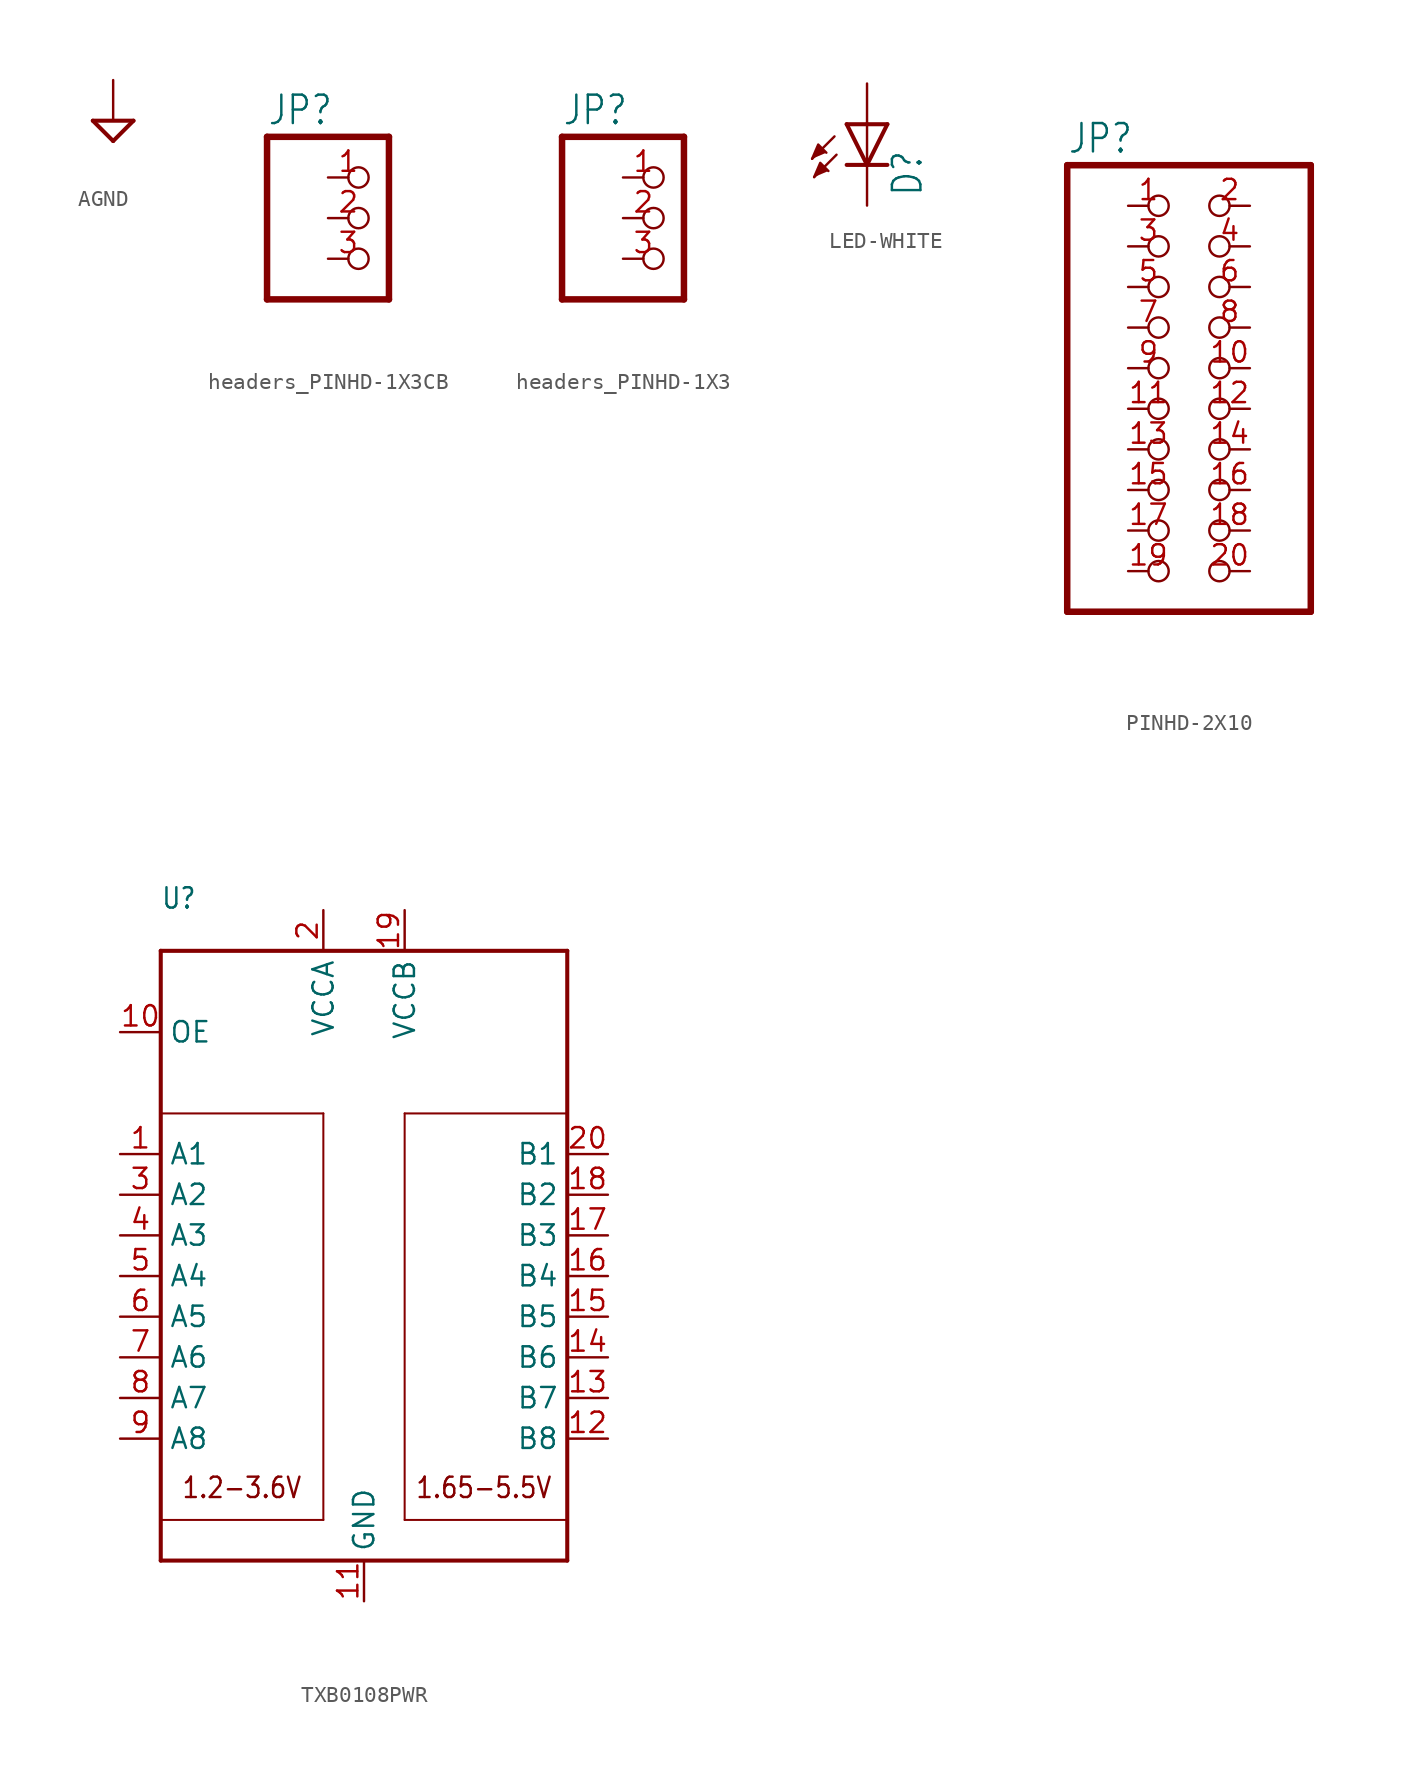
<source format=kicad_sym>
(kicad_symbol_lib
  (version 20231120)
  (generator "kicad_symbol_editor")
  (generator_version "8.0")
  (symbol "AGND"
    (power)
    (property "Reference" "#SUPPLY"
      (at 0 0 0)
      (effects (font (size 1.27 1.27)) (hide yes)))
    (property "Value" ""
      (at -2.667 -3.175 0)
      (effects (font (size 1.778 1.511)) (justify left bottom)))
    (property "ki_locked" ""
      (at 0 0 0)
      (effects (font (size 1.27 1.27))))
    (symbol "AGND_1_0"
      (polyline (pts (xy -1.27 0) (xy 1.27 0)) (stroke (width 0.254) (type solid)) (fill (type none)))
      (polyline (pts (xy 0 -1.27) (xy -1.27 0)) (stroke (width 0.254) (type solid)) (fill (type none)))
      (polyline (pts (xy 1.27 0) (xy 0 -1.27)) (stroke (width 0.254) (type solid)) (fill (type none)))
      (pin power_in line (at 0 2.54 270) (length 2.54) (name "AGND" (effects (font (size 0 0)))) (number "1" (effects (font (size 0 0)))))))
  (symbol "headers_PINHD-1X3CB"
    (property "Reference" "JP"
      (at -6.35 5.715 0)
      (effects (font (size 1.778 1.511)) (justify left bottom)))
    (property "Value" ""
      (at -6.35 -7.62 0)
      (effects (font (size 1.778 1.511)) (justify left bottom)))
    (property "ki_locked" ""
      (at 0 0 0)
      (effects (font (size 1.27 1.27))))
    (symbol "headers_PINHD-1X3CB_1_0"
      (polyline (pts (xy -6.35 -5.08) (xy 1.27 -5.08)) (stroke (width 0.406) (type solid)) (fill (type none)))
      (polyline (pts (xy -6.35 5.08) (xy -6.35 -5.08)) (stroke (width 0.406) (type solid)) (fill (type none)))
      (polyline (pts (xy 1.27 -5.08) (xy 1.27 5.08)) (stroke (width 0.406) (type solid)) (fill (type none)))
      (polyline (pts (xy 1.27 5.08) (xy -6.35 5.08)) (stroke (width 0.406) (type solid)) (fill (type none)))
      (pin passive inverted (at -2.54 2.54 0) (length 2.54) (name "1" (effects (font (size 0 0)))) (number "1" (effects (font (size 1.27 1.27)))))
      (pin passive inverted (at -2.54 0 0) (length 2.54) (name "2" (effects (font (size 0 0)))) (number "2" (effects (font (size 1.27 1.27)))))
      (pin passive inverted (at -2.54 -2.54 0) (length 2.54) (name "3" (effects (font (size 0 0)))) (number "3" (effects (font (size 1.27 1.27)))))))
  (symbol "headers_PINHD-1X3"
    (property "Reference" "JP"
      (at -6.35 5.715 0)
      (effects (font (size 1.778 1.511)) (justify left bottom)))
    (property "Value" ""
      (at -6.35 -7.62 0)
      (effects (font (size 1.778 1.511)) (justify left bottom)))
    (property "ki_locked" ""
      (at 0 0 0)
      (effects (font (size 1.27 1.27))))
    (symbol "headers_PINHD-1X3_1_0"
      (polyline (pts (xy -6.35 -5.08) (xy 1.27 -5.08)) (stroke (width 0.406) (type solid)) (fill (type none)))
      (polyline (pts (xy -6.35 5.08) (xy -6.35 -5.08)) (stroke (width 0.406) (type solid)) (fill (type none)))
      (polyline (pts (xy 1.27 -5.08) (xy 1.27 5.08)) (stroke (width 0.406) (type solid)) (fill (type none)))
      (polyline (pts (xy 1.27 5.08) (xy -6.35 5.08)) (stroke (width 0.406) (type solid)) (fill (type none)))
      (pin passive inverted (at -2.54 2.54 0) (length 2.54) (name "1" (effects (font (size 0 0)))) (number "1" (effects (font (size 1.27 1.27)))))
      (pin passive inverted (at -2.54 0 0) (length 2.54) (name "2" (effects (font (size 0 0)))) (number "2" (effects (font (size 1.27 1.27)))))
      (pin passive inverted (at -2.54 -2.54 0) (length 2.54) (name "3" (effects (font (size 0 0)))) (number "3" (effects (font (size 1.27 1.27)))))))
  (symbol "LED-WHITE"
    (property "Reference" "D"
      (at 3.556 -4.572 90)
      (effects (font (size 1.778 1.511)) (justify left bottom)))
    (property "Value" ""
      (at 5.715 -4.572 90)
      (effects (font (size 1.778 1.511)) (justify left bottom)))
    (property "ki_locked" ""
      (at 0 0 0)
      (effects (font (size 1.27 1.27))))
    (symbol "LED-WHITE_1_0"
      (polyline (pts (xy -2.032 -0.762) (xy -3.429 -2.159)) (stroke (width 0.152) (type solid)) (fill (type none)))
      (polyline (pts (xy -1.905 -1.905) (xy -3.302 -3.302)) (stroke (width 0.152) (type solid)) (fill (type none)))
      (polyline (pts (xy 0 -2.54) (xy -1.27 -2.54)) (stroke (width 0.254) (type solid)) (fill (type none)))
      (polyline (pts (xy 0 -2.54) (xy -1.27 0)) (stroke (width 0.254) (type solid)) (fill (type none)))
      (polyline (pts (xy 0 0) (xy -1.27 0)) (stroke (width 0.254) (type solid)) (fill (type none)))
      (polyline (pts (xy 0 0) (xy 0 -2.54)) (stroke (width 0.152) (type solid)) (fill (type none)))
      (polyline (pts (xy 1.27 -2.54) (xy 0 -2.54)) (stroke (width 0.254) (type solid)) (fill (type none)))
      (polyline (pts (xy 1.27 0) (xy 0 -2.54)) (stroke (width 0.254) (type solid)) (fill (type none)))
      (polyline (pts (xy 1.27 0) (xy 0 0)) (stroke (width 0.254) (type solid)) (fill (type none)))
      (polyline (pts (xy -3.429 -2.159) (xy -3.048 -1.27) (xy -2.54 -1.778)) (stroke (width 0.152) (type solid)) (fill (type outline)))
      (polyline (pts (xy -3.302 -3.302) (xy -2.921 -2.413) (xy -2.413 -2.921)) (stroke (width 0.152) (type solid)) (fill (type outline)))
      (pin passive line (at 0 2.54 270) (length 2.54) (name "A" (effects (font (size 0 0)))) (number "A" (effects (font (size 0 0)))))
      (pin passive line (at 0 -5.08 90) (length 2.54) (name "C" (effects (font (size 0 0)))) (number "C" (effects (font (size 0 0)))))))
  (symbol "PINHD-2X10"
    (property "Reference" "JP"
      (at -7.62 14.605 0)
      (effects (font (size 1.778 1.511)) (justify left bottom)))
    (property "Value" ""
      (at -7.62 -16.51 0)
      (effects (font (size 1.778 1.511)) (justify left bottom)))
    (property "ki_locked" ""
      (at 0 0 0)
      (effects (font (size 1.27 1.27))))
    (symbol "PINHD-2X10_1_0"
      (polyline (pts (xy -7.62 -13.97) (xy 7.62 -13.97)) (stroke (width 0.406) (type solid)) (fill (type none)))
      (polyline (pts (xy -7.62 13.97) (xy -7.62 -13.97)) (stroke (width 0.406) (type solid)) (fill (type none)))
      (polyline (pts (xy 7.62 -13.97) (xy 7.62 13.97)) (stroke (width 0.406) (type solid)) (fill (type none)))
      (polyline (pts (xy 7.62 13.97) (xy -7.62 13.97)) (stroke (width 0.406) (type solid)) (fill (type none)))
      (pin passive inverted (at -3.81 11.43 0) (length 2.54) (name "1" (effects (font (size 0 0)))) (number "1" (effects (font (size 1.27 1.27)))))
      (pin passive inverted (at 3.81 1.27 180) (length 2.54) (name "10" (effects (font (size 0 0)))) (number "10" (effects (font (size 1.27 1.27)))))
      (pin passive inverted (at -3.81 -1.27 0) (length 2.54) (name "11" (effects (font (size 0 0)))) (number "11" (effects (font (size 1.27 1.27)))))
      (pin passive inverted (at 3.81 -1.27 180) (length 2.54) (name "12" (effects (font (size 0 0)))) (number "12" (effects (font (size 1.27 1.27)))))
      (pin passive inverted (at -3.81 -3.81 0) (length 2.54) (name "13" (effects (font (size 0 0)))) (number "13" (effects (font (size 1.27 1.27)))))
      (pin passive inverted (at 3.81 -3.81 180) (length 2.54) (name "14" (effects (font (size 0 0)))) (number "14" (effects (font (size 1.27 1.27)))))
      (pin passive inverted (at -3.81 -6.35 0) (length 2.54) (name "15" (effects (font (size 0 0)))) (number "15" (effects (font (size 1.27 1.27)))))
      (pin passive inverted (at 3.81 -6.35 180) (length 2.54) (name "16" (effects (font (size 0 0)))) (number "16" (effects (font (size 1.27 1.27)))))
      (pin passive inverted (at -3.81 -8.89 0) (length 2.54) (name "17" (effects (font (size 0 0)))) (number "17" (effects (font (size 1.27 1.27)))))
      (pin passive inverted (at 3.81 -8.89 180) (length 2.54) (name "18" (effects (font (size 0 0)))) (number "18" (effects (font (size 1.27 1.27)))))
      (pin passive inverted (at -3.81 -11.43 0) (length 2.54) (name "19" (effects (font (size 0 0)))) (number "19" (effects (font (size 1.27 1.27)))))
      (pin passive inverted (at 3.81 11.43 180) (length 2.54) (name "2" (effects (font (size 0 0)))) (number "2" (effects (font (size 1.27 1.27)))))
      (pin passive inverted (at 3.81 -11.43 180) (length 2.54) (name "20" (effects (font (size 0 0)))) (number "20" (effects (font (size 1.27 1.27)))))
      (pin passive inverted (at -3.81 8.89 0) (length 2.54) (name "3" (effects (font (size 0 0)))) (number "3" (effects (font (size 1.27 1.27)))))
      (pin passive inverted (at 3.81 8.89 180) (length 2.54) (name "4" (effects (font (size 0 0)))) (number "4" (effects (font (size 1.27 1.27)))))
      (pin passive inverted (at -3.81 6.35 0) (length 2.54) (name "5" (effects (font (size 0 0)))) (number "5" (effects (font (size 1.27 1.27)))))
      (pin passive inverted (at 3.81 6.35 180) (length 2.54) (name "6" (effects (font (size 0 0)))) (number "6" (effects (font (size 1.27 1.27)))))
      (pin passive inverted (at -3.81 3.81 0) (length 2.54) (name "7" (effects (font (size 0 0)))) (number "7" (effects (font (size 1.27 1.27)))))
      (pin passive inverted (at 3.81 3.81 180) (length 2.54) (name "8" (effects (font (size 0 0)))) (number "8" (effects (font (size 1.27 1.27)))))
      (pin passive inverted (at -3.81 1.27 0) (length 2.54) (name "9" (effects (font (size 0 0)))) (number "9" (effects (font (size 1.27 1.27)))))))
  (symbol "TXB0108PWR"
    (property "Reference" "U"
      (at -12.7 20.32 0)
      (effects (font (size 1.27 1.079)) (justify left bottom)))
    (property "Value" ""
      (at -12.7 -22.86 0)
      (effects (font (size 1.27 1.079)) (justify left bottom)))
    (property "ki_locked" ""
      (at 0 0 0)
      (effects (font (size 1.27 1.27))))
    (symbol "TXB0108PWR_1_0"
      (polyline (pts (xy -12.7 -20.32) (xy -12.7 17.78)) (stroke (width 0.254) (type solid)) (fill (type none)))
      (polyline (pts (xy -12.7 -17.78) (xy -2.54 -17.78)) (stroke (width 0.127) (type solid)) (fill (type none)))
      (polyline (pts (xy -12.7 7.62) (xy -2.54 7.62)) (stroke (width 0.127) (type solid)) (fill (type none)))
      (polyline (pts (xy -12.7 17.78) (xy 12.7 17.78)) (stroke (width 0.254) (type solid)) (fill (type none)))
      (polyline (pts (xy -2.54 -17.78) (xy -2.54 7.62)) (stroke (width 0.127) (type solid)) (fill (type none)))
      (polyline (pts (xy 2.54 -17.78) (xy 12.7 -17.78)) (stroke (width 0.127) (type solid)) (fill (type none)))
      (polyline (pts (xy 2.54 7.62) (xy 2.54 -17.78)) (stroke (width 0.127) (type solid)) (fill (type none)))
      (polyline (pts (xy 12.7 -20.32) (xy -12.7 -20.32)) (stroke (width 0.254) (type solid)) (fill (type none)))
      (polyline (pts (xy 12.7 7.62) (xy 2.54 7.62)) (stroke (width 0.127) (type solid)) (fill (type none)))
      (polyline (pts (xy 12.7 17.78) (xy 12.7 -20.32)) (stroke (width 0.254) (type solid)) (fill (type none)))
      (text "1.2-3.6V" (at -11.43 -16.51 0) (effects (font (size 1.27 1.079)) (justify left bottom)))
      (text "1.65-5.5V" (at 3.175 -16.51 0) (effects (font (size 1.27 1.079)) (justify left bottom)))
      (pin bidirectional line (at -15.24 5.08 0) (length 2.54) (name "A1" (effects (font (size 1.27 1.27)))) (number "1" (effects (font (size 1.27 1.27)))))
      (pin bidirectional line (at -15.24 12.7 0) (length 2.54) (name "OE" (effects (font (size 1.27 1.27)))) (number "10" (effects (font (size 1.27 1.27)))))
      (pin bidirectional line (at 0 -22.86 90) (length 2.54) (name "GND" (effects (font (size 1.27 1.27)))) (number "11" (effects (font (size 1.27 1.27)))))
      (pin bidirectional line (at 15.24 -12.7 180) (length 2.54) (name "B8" (effects (font (size 1.27 1.27)))) (number "12" (effects (font (size 1.27 1.27)))))
      (pin bidirectional line (at 15.24 -10.16 180) (length 2.54) (name "B7" (effects (font (size 1.27 1.27)))) (number "13" (effects (font (size 1.27 1.27)))))
      (pin bidirectional line (at 15.24 -7.62 180) (length 2.54) (name "B6" (effects (font (size 1.27 1.27)))) (number "14" (effects (font (size 1.27 1.27)))))
      (pin bidirectional line (at 15.24 -5.08 180) (length 2.54) (name "B5" (effects (font (size 1.27 1.27)))) (number "15" (effects (font (size 1.27 1.27)))))
      (pin bidirectional line (at 15.24 -2.54 180) (length 2.54) (name "B4" (effects (font (size 1.27 1.27)))) (number "16" (effects (font (size 1.27 1.27)))))
      (pin bidirectional line (at 15.24 0 180) (length 2.54) (name "B3" (effects (font (size 1.27 1.27)))) (number "17" (effects (font (size 1.27 1.27)))))
      (pin bidirectional line (at 15.24 2.54 180) (length 2.54) (name "B2" (effects (font (size 1.27 1.27)))) (number "18" (effects (font (size 1.27 1.27)))))
      (pin bidirectional line (at 2.54 20.32 270) (length 2.54) (name "VCCB" (effects (font (size 1.27 1.27)))) (number "19" (effects (font (size 1.27 1.27)))))
      (pin bidirectional line (at -2.54 20.32 270) (length 2.54) (name "VCCA" (effects (font (size 1.27 1.27)))) (number "2" (effects (font (size 1.27 1.27)))))
      (pin bidirectional line (at 15.24 5.08 180) (length 2.54) (name "B1" (effects (font (size 1.27 1.27)))) (number "20" (effects (font (size 1.27 1.27)))))
      (pin bidirectional line (at -15.24 2.54 0) (length 2.54) (name "A2" (effects (font (size 1.27 1.27)))) (number "3" (effects (font (size 1.27 1.27)))))
      (pin bidirectional line (at -15.24 0 0) (length 2.54) (name "A3" (effects (font (size 1.27 1.27)))) (number "4" (effects (font (size 1.27 1.27)))))
      (pin bidirectional line (at -15.24 -2.54 0) (length 2.54) (name "A4" (effects (font (size 1.27 1.27)))) (number "5" (effects (font (size 1.27 1.27)))))
      (pin bidirectional line (at -15.24 -5.08 0) (length 2.54) (name "A5" (effects (font (size 1.27 1.27)))) (number "6" (effects (font (size 1.27 1.27)))))
      (pin bidirectional line (at -15.24 -7.62 0) (length 2.54) (name "A6" (effects (font (size 1.27 1.27)))) (number "7" (effects (font (size 1.27 1.27)))))
      (pin bidirectional line (at -15.24 -10.16 0) (length 2.54) (name "A7" (effects (font (size 1.27 1.27)))) (number "8" (effects (font (size 1.27 1.27)))))
      (pin bidirectional line (at -15.24 -12.7 0) (length 2.54) (name "A8" (effects (font (size 1.27 1.27)))) (number "9" (effects (font (size 1.27 1.27))))))))
</source>
